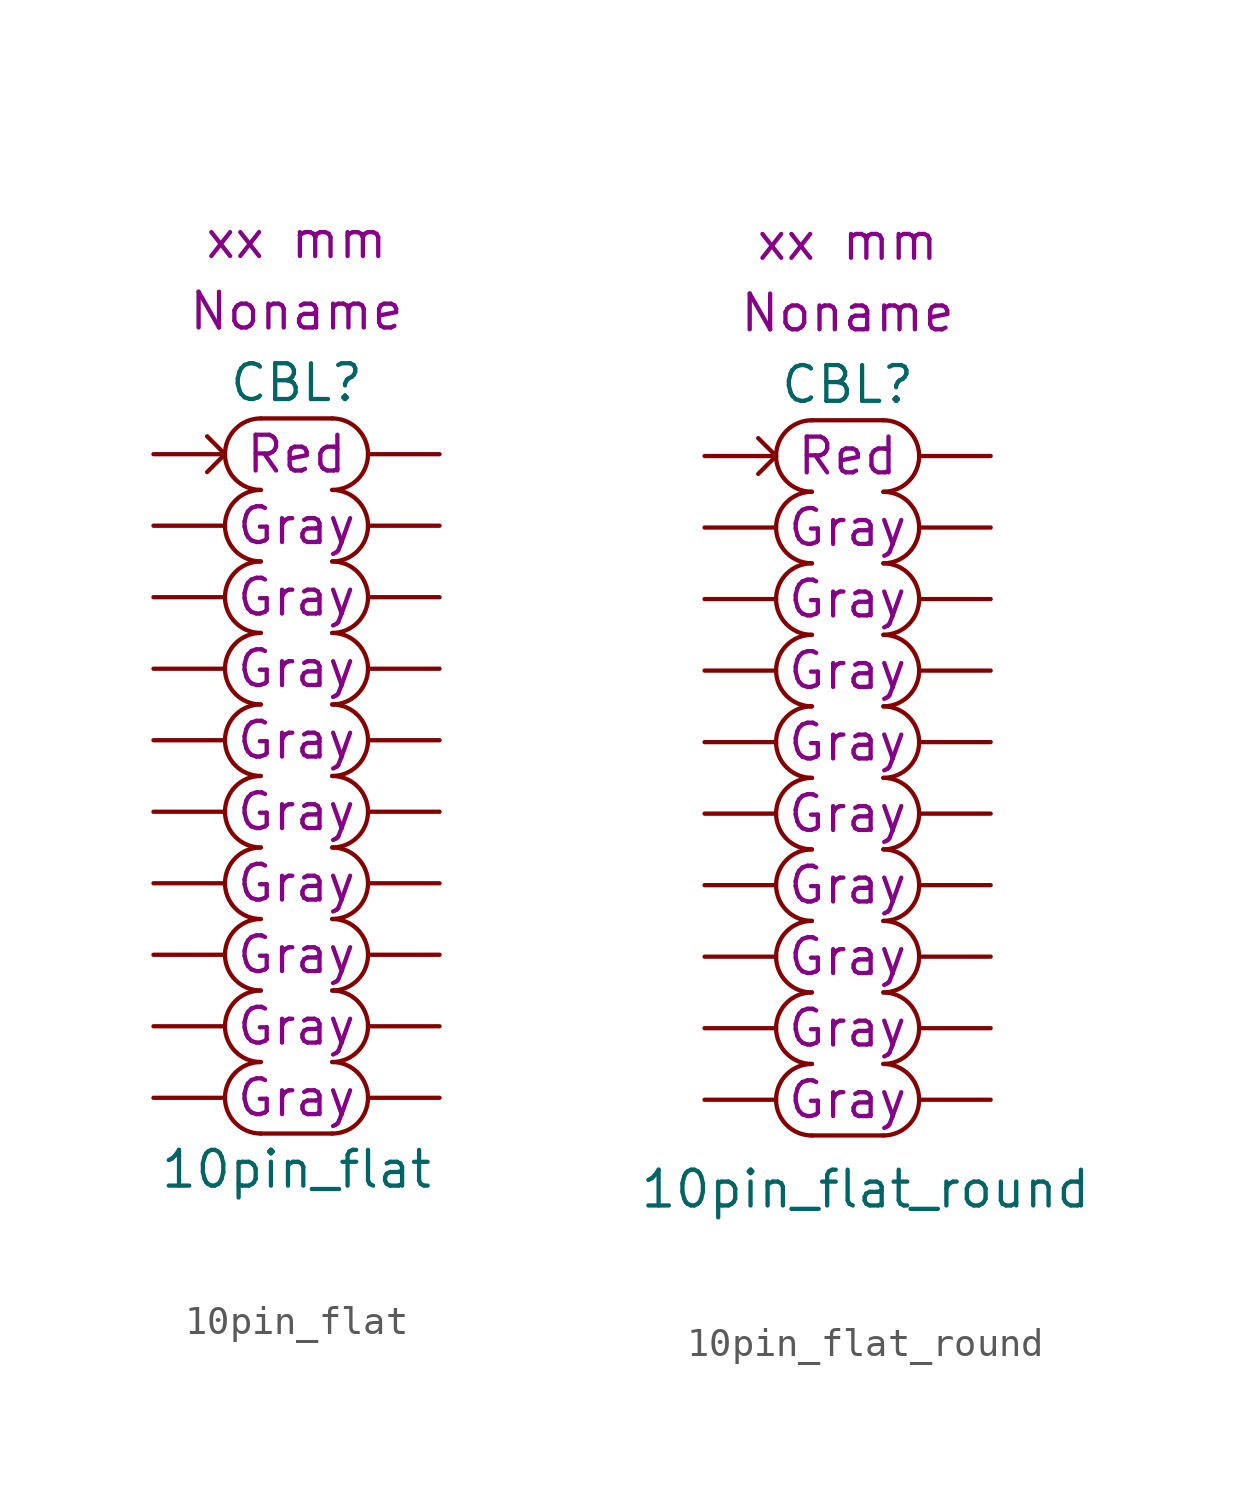
<source format=kicad_sym>
(kicad_symbol_lib
  (version 20220914)
  (generator kicad_symbol_editor)
  (symbol "10pin_flat"
    (pin_numbers hide)
    (pin_names hide)
    (property "Reference" "CBL"
      (at 0 13.97 0)
      (effects (font (size 1.27 1.27))))
    (property "Value" "10pin_flat"
      (at 0 -13.97 0)
      (effects (font (size 1.27 1.27))))
    (property "color1" "Red"
      (at 0 11.43 0)
      (effects (font (size 1.27 1.27))))
    (property "color2" "Gray"
      (at 0 8.89 0)
      (effects (font (size 1.27 1.27))))
    (property "color3" "Gray"
      (at 0 6.35 0)
      (effects (font (size 1.27 1.27))))
    (property "color4" "Gray"
      (at 0 3.81 0)
      (effects (font (size 1.27 1.27))))
    (property "Length" "xx mm"
      (at 0 19.05 0)
      (effects (font (size 1.27 1.27))))
    (property "Harness_name" "Noname"
      (at 0 16.51 0)
      (effects (font (size 1.27 1.27))))
    (property "color5" "Gray"
      (at 0 1.27 0)
      (effects (font (size 1.27 1.27))))
    (property "color6" "Gray"
      (at 0 -1.27 0)
      (effects (font (size 1.27 1.27))))
    (property "color7" "Gray"
      (at 0 -3.81 0)
      (effects (font (size 1.27 1.27))))
    (property "color8" "Gray"
      (at 0 -6.35 0)
      (effects (font (size 1.27 1.27))))
    (property "color9" "Gray"
      (at 0 -8.89 0)
      (effects (font (size 1.27 1.27))))
    (property "color10" "Gray"
      (at 0 -11.43 0)
      (effects (font (size 1.27 1.27))))
    (symbol "10pin_flat_0_0"
      (arc (start -1.27 12.7) (mid -2.5345 11.43) (end -1.27 10.16) (stroke (width 0) (type default)) (fill (type none)))
      (polyline (pts (xy -1.27 -12.7) (xy 1.27 -12.7)) (stroke (width 0) (type default)) (fill (type none)))
      (polyline (pts (xy -1.27 12.7) (xy 1.27 12.7)) (stroke (width 0) (type default)) (fill (type none)))
      (pin passive line (at 5.08 -1.27 180) (length 2.54) (name "C6.2" (effects (font (size 1.27 1.27)))) (number "12" (effects (font (size 1.27 1.27)))))
      (pin passive line (at -5.08 -3.81 0) (length 2.54) (name "C7.1" (effects (font (size 1.27 1.27)))) (number "13" (effects (font (size 1.27 1.27)))))
      (pin passive line (at -5.08 -11.43 0) (length 2.54) (name "C10.1" (effects (font (size 1.27 1.27)))) (number "19" (effects (font (size 1.27 1.27)))))
      (pin passive line (at 5.08 -11.43 180) (length 2.54) (name "C10.2" (effects (font (size 1.27 1.27)))) (number "20" (effects (font (size 1.27 1.27))))))
    (symbol "10pin_flat_0_1"
      (polyline (pts (xy -3.175 12.065) (xy -2.54 11.43) (xy -3.175 10.795)) (stroke (width 0) (type default)) (fill (type none))))
    (symbol "10pin_flat_1_1"
      (arc (start -1.27 -10.16) (mid -2.5345 -11.43) (end -1.27 -12.7) (stroke (width 0) (type default)) (fill (type none)))
      (arc (start -1.27 -7.62) (mid -2.5345 -8.89) (end -1.27 -10.16) (stroke (width 0) (type default)) (fill (type none)))
      (arc (start -1.27 -5.08) (mid -2.5345 -6.35) (end -1.27 -7.62) (stroke (width 0) (type default)) (fill (type none)))
      (arc (start -1.27 -2.54) (mid -2.5345 -3.81) (end -1.27 -5.08) (stroke (width 0) (type default)) (fill (type none)))
      (arc (start -1.27 0) (mid -2.5345 -1.27) (end -1.27 -2.54) (stroke (width 0) (type default)) (fill (type none)))
      (arc (start -1.27 2.54) (mid -2.5345 1.27) (end -1.27 0) (stroke (width 0) (type default)) (fill (type none)))
      (arc (start -1.27 5.08) (mid -2.5345 3.81) (end -1.27 2.54) (stroke (width 0) (type default)) (fill (type none)))
      (arc (start -1.27 7.62) (mid -2.5345 6.35) (end -1.27 5.08) (stroke (width 0) (type default)) (fill (type none)))
      (arc (start -1.27 10.16) (mid -2.5345 8.89) (end -1.27 7.62) (stroke (width 0) (type default)) (fill (type none)))
      (arc (start 1.27 -12.7) (mid 2.5345 -11.43) (end 1.27 -10.16) (stroke (width 0) (type default)) (fill (type none)))
      (arc (start 1.27 -10.16) (mid 2.5345 -8.89) (end 1.27 -7.62) (stroke (width 0) (type default)) (fill (type none)))
      (arc (start 1.27 -7.62) (mid 2.5345 -6.35) (end 1.27 -5.08) (stroke (width 0) (type default)) (fill (type none)))
      (arc (start 1.27 -5.08) (mid 2.5345 -3.81) (end 1.27 -2.54) (stroke (width 0) (type default)) (fill (type none)))
      (arc (start 1.27 -2.54) (mid 2.5345 -1.27) (end 1.27 0) (stroke (width 0) (type default)) (fill (type none)))
      (arc (start 1.27 0) (mid 2.5345 1.27) (end 1.27 2.54) (stroke (width 0) (type default)) (fill (type none)))
      (arc (start 1.27 2.54) (mid 2.5345 3.81) (end 1.27 5.08) (stroke (width 0) (type default)) (fill (type none)))
      (arc (start 1.27 5.08) (mid 2.5345 6.35) (end 1.27 7.62) (stroke (width 0) (type default)) (fill (type none)))
      (arc (start 1.27 7.62) (mid 2.5345 8.89) (end 1.27 10.16) (stroke (width 0) (type default)) (fill (type none)))
      (arc (start 1.27 10.16) (mid 2.5345 11.43) (end 1.27 12.7) (stroke (width 0) (type default)) (fill (type none)))
      (pin passive line (at -5.08 11.43 0) (length 2.54) (name "C1.1" (effects (font (size 1.27 1.27)))) (number "1" (effects (font (size 1.27 1.27)))))
      (pin passive line (at 5.08 1.27 180) (length 2.54) (name "C5.2" (effects (font (size 1.27 1.27)))) (number "10" (effects (font (size 1.27 1.27)))))
      (pin passive line (at -5.08 -1.27 0) (length 2.54) (name "C6.1" (effects (font (size 1.27 1.27)))) (number "11" (effects (font (size 1.27 1.27)))))
      (pin passive line (at 5.08 -3.81 180) (length 2.54) (name "C7.2" (effects (font (size 1.27 1.27)))) (number "14" (effects (font (size 1.27 1.27)))))
      (pin passive line (at -5.08 -6.35 0) (length 2.54) (name "C8.1" (effects (font (size 1.27 1.27)))) (number "15" (effects (font (size 1.27 1.27)))))
      (pin passive line (at 5.08 -6.35 180) (length 2.54) (name "C8.2" (effects (font (size 1.27 1.27)))) (number "16" (effects (font (size 1.27 1.27)))))
      (pin passive line (at -5.08 -8.89 0) (length 2.54) (name "C9.1" (effects (font (size 1.27 1.27)))) (number "17" (effects (font (size 1.27 1.27)))))
      (pin passive line (at 5.08 -8.89 180) (length 2.54) (name "C9.2" (effects (font (size 1.27 1.27)))) (number "18" (effects (font (size 1.27 1.27)))))
      (pin passive line (at 5.08 11.43 180) (length 2.54) (name "C1.2" (effects (font (size 1.27 1.27)))) (number "2" (effects (font (size 1.27 1.27)))))
      (pin passive line (at -5.08 8.89 0) (length 2.54) (name "C2.1" (effects (font (size 1.27 1.27)))) (number "3" (effects (font (size 1.27 1.27)))))
      (pin passive line (at 5.08 8.89 180) (length 2.54) (name "C2.2" (effects (font (size 1.27 1.27)))) (number "4" (effects (font (size 1.27 1.27)))))
      (pin passive line (at -5.08 6.35 0) (length 2.54) (name "C3.1" (effects (font (size 1.27 1.27)))) (number "5" (effects (font (size 1.27 1.27)))))
      (pin passive line (at 5.08 6.35 180) (length 2.54) (name "C3.2" (effects (font (size 1.27 1.27)))) (number "6" (effects (font (size 1.27 1.27)))))
      (pin passive line (at -5.08 3.81 0) (length 2.54) (name "C4.1" (effects (font (size 1.27 1.27)))) (number "7" (effects (font (size 1.27 1.27)))))
      (pin passive line (at 5.08 3.81 180) (length 2.54) (name "C4.2" (effects (font (size 1.27 1.27)))) (number "8" (effects (font (size 1.27 1.27)))))
      (pin passive line (at -5.08 1.27 0) (length 2.54) (name "C5.1" (effects (font (size 1.27 1.27)))) (number "9" (effects (font (size 1.27 1.27)))))))
  (symbol "10pin_flat_round"
    (pin_numbers hide)
    (pin_names hide)
    (property "Reference" "CBL"
      (at 0 13.97 0)
      (effects (font (size 1.27 1.27))))
    (property "Value" "10pin_flat_round"
      (at 0.635 -14.605 0)
      (effects (font (size 1.27 1.27))))
    (property "color1" "Red"
      (at 0 11.43 0)
      (effects (font (size 1.27 1.27))))
    (property "color2" "Gray"
      (at 0 8.89 0)
      (effects (font (size 1.27 1.27))))
    (property "color3" "Gray"
      (at 0 6.35 0)
      (effects (font (size 1.27 1.27))))
    (property "color4" "Gray"
      (at 0 3.81 0)
      (effects (font (size 1.27 1.27))))
    (property "Length" "xx mm"
      (at 0 19.05 0)
      (effects (font (size 1.27 1.27))))
    (property "Harness_name" "Noname"
      (at 0 16.51 0)
      (effects (font (size 1.27 1.27))))
    (property "color5" "Gray"
      (at 0 1.27 0)
      (effects (font (size 1.27 1.27))))
    (property "color6" "Gray"
      (at 0 -1.27 0)
      (effects (font (size 1.27 1.27))))
    (property "color7" "Gray"
      (at 0 -3.81 0)
      (effects (font (size 1.27 1.27))))
    (property "color8" "Gray"
      (at 0 -6.35 0)
      (effects (font (size 1.27 1.27))))
    (property "color9" "Gray"
      (at 0 -8.89 0)
      (effects (font (size 1.27 1.27))))
    (property "color10" "Gray"
      (at 0 -11.43 0)
      (effects (font (size 1.27 1.27))))
    (symbol "10pin_flat_round_0_0"
      (arc (start -1.27 12.7) (mid -2.5345 11.43) (end -1.27 10.16) (stroke (width 0) (type default)) (fill (type none)))
      (polyline (pts (xy -1.27 -12.7) (xy 1.27 -12.7)) (stroke (width 0) (type default)) (fill (type none)))
      (polyline (pts (xy -1.27 12.7) (xy 1.27 12.7)) (stroke (width 0) (type default)) (fill (type none)))
      (pin passive line (at 5.08 -1.27 180) (length 2.54) (name "C6.2" (effects (font (size 1.27 1.27)))) (number "12" (effects (font (size 1.27 1.27)))))
      (pin passive line (at -5.08 -3.81 0) (length 2.54) (name "C7.1" (effects (font (size 1.27 1.27)))) (number "13" (effects (font (size 1.27 1.27)))))
      (pin passive line (at -5.08 -11.43 0) (length 2.54) (name "C10.1" (effects (font (size 1.27 1.27)))) (number "19" (effects (font (size 1.27 1.27)))))
      (pin passive line (at 5.08 -11.43 180) (length 2.54) (name "C10.2" (effects (font (size 1.27 1.27)))) (number "20" (effects (font (size 1.27 1.27))))))
    (symbol "10pin_flat_round_0_1"
      (polyline (pts (xy -3.175 12.065) (xy -2.54 11.43) (xy -3.175 10.795)) (stroke (width 0) (type default)) (fill (type none))))
    (symbol "10pin_flat_round_1_1"
      (arc (start -1.27 -10.16) (mid -2.5345 -11.43) (end -1.27 -12.7) (stroke (width 0) (type default)) (fill (type none)))
      (arc (start -1.27 -7.62) (mid -2.5345 -8.89) (end -1.27 -10.16) (stroke (width 0) (type default)) (fill (type none)))
      (arc (start -1.27 -5.08) (mid -2.5345 -6.35) (end -1.27 -7.62) (stroke (width 0) (type default)) (fill (type none)))
      (arc (start -1.27 -2.54) (mid -2.5345 -3.81) (end -1.27 -5.08) (stroke (width 0) (type default)) (fill (type none)))
      (arc (start -1.27 0) (mid -2.5345 -1.27) (end -1.27 -2.54) (stroke (width 0) (type default)) (fill (type none)))
      (arc (start -1.27 2.54) (mid -2.5345 1.27) (end -1.27 0) (stroke (width 0) (type default)) (fill (type none)))
      (arc (start -1.27 5.08) (mid -2.5345 3.81) (end -1.27 2.54) (stroke (width 0) (type default)) (fill (type none)))
      (arc (start -1.27 7.62) (mid -2.5345 6.35) (end -1.27 5.08) (stroke (width 0) (type default)) (fill (type none)))
      (arc (start -1.27 10.16) (mid -2.5345 8.89) (end -1.27 7.62) (stroke (width 0) (type default)) (fill (type none)))
      (arc (start 1.27 -12.7) (mid 2.5345 -11.43) (end 1.27 -10.16) (stroke (width 0) (type default)) (fill (type none)))
      (arc (start 1.27 -10.16) (mid 2.5345 -8.89) (end 1.27 -7.62) (stroke (width 0) (type default)) (fill (type none)))
      (arc (start 1.27 -7.62) (mid 2.5345 -6.35) (end 1.27 -5.08) (stroke (width 0) (type default)) (fill (type none)))
      (arc (start 1.27 -5.08) (mid 2.5345 -3.81) (end 1.27 -2.54) (stroke (width 0) (type default)) (fill (type none)))
      (arc (start 1.27 -2.54) (mid 2.5345 -1.27) (end 1.27 0) (stroke (width 0) (type default)) (fill (type none)))
      (arc (start 1.27 0) (mid 2.5345 1.27) (end 1.27 2.54) (stroke (width 0) (type default)) (fill (type none)))
      (arc (start 1.27 2.54) (mid 2.5345 3.81) (end 1.27 5.08) (stroke (width 0) (type default)) (fill (type none)))
      (arc (start 1.27 5.08) (mid 2.5345 6.35) (end 1.27 7.62) (stroke (width 0) (type default)) (fill (type none)))
      (arc (start 1.27 7.62) (mid 2.5345 8.89) (end 1.27 10.16) (stroke (width 0) (type default)) (fill (type none)))
      (arc (start 1.27 10.16) (mid 2.5345 11.43) (end 1.27 12.7) (stroke (width 0) (type default)) (fill (type none)))
      (pin passive line (at -5.08 11.43 0) (length 2.54) (name "C1.1" (effects (font (size 1.27 1.27)))) (number "1" (effects (font (size 1.27 1.27)))))
      (pin passive line (at 5.08 1.27 180) (length 2.54) (name "C5.2" (effects (font (size 1.27 1.27)))) (number "10" (effects (font (size 1.27 1.27)))))
      (pin passive line (at -5.08 -1.27 0) (length 2.54) (name "C6.1" (effects (font (size 1.27 1.27)))) (number "11" (effects (font (size 1.27 1.27)))))
      (pin passive line (at 5.08 -3.81 180) (length 2.54) (name "C7.2" (effects (font (size 1.27 1.27)))) (number "14" (effects (font (size 1.27 1.27)))))
      (pin passive line (at -5.08 -6.35 0) (length 2.54) (name "C8.1" (effects (font (size 1.27 1.27)))) (number "15" (effects (font (size 1.27 1.27)))))
      (pin passive line (at 5.08 -6.35 180) (length 2.54) (name "C8.2" (effects (font (size 1.27 1.27)))) (number "16" (effects (font (size 1.27 1.27)))))
      (pin passive line (at -5.08 -8.89 0) (length 2.54) (name "C9.1" (effects (font (size 1.27 1.27)))) (number "17" (effects (font (size 1.27 1.27)))))
      (pin passive line (at 5.08 -8.89 180) (length 2.54) (name "C9.2" (effects (font (size 1.27 1.27)))) (number "18" (effects (font (size 1.27 1.27)))))
      (pin passive line (at 5.08 11.43 180) (length 2.54) (name "C1.2" (effects (font (size 1.27 1.27)))) (number "2" (effects (font (size 1.27 1.27)))))
      (pin passive line (at -5.08 8.89 0) (length 2.54) (name "C2.1" (effects (font (size 1.27 1.27)))) (number "3" (effects (font (size 1.27 1.27)))))
      (pin passive line (at 5.08 8.89 180) (length 2.54) (name "C2.2" (effects (font (size 1.27 1.27)))) (number "4" (effects (font (size 1.27 1.27)))))
      (pin passive line (at -5.08 6.35 0) (length 2.54) (name "C3.1" (effects (font (size 1.27 1.27)))) (number "5" (effects (font (size 1.27 1.27)))))
      (pin passive line (at 5.08 6.35 180) (length 2.54) (name "C3.2" (effects (font (size 1.27 1.27)))) (number "6" (effects (font (size 1.27 1.27)))))
      (pin passive line (at -5.08 3.81 0) (length 2.54) (name "C4.1" (effects (font (size 1.27 1.27)))) (number "7" (effects (font (size 1.27 1.27)))))
      (pin passive line (at 5.08 3.81 180) (length 2.54) (name "C4.2" (effects (font (size 1.27 1.27)))) (number "8" (effects (font (size 1.27 1.27)))))
      (pin passive line (at -5.08 1.27 0) (length 2.54) (name "C5.1" (effects (font (size 1.27 1.27)))) (number "9" (effects (font (size 1.27 1.27))))))))
</source>
